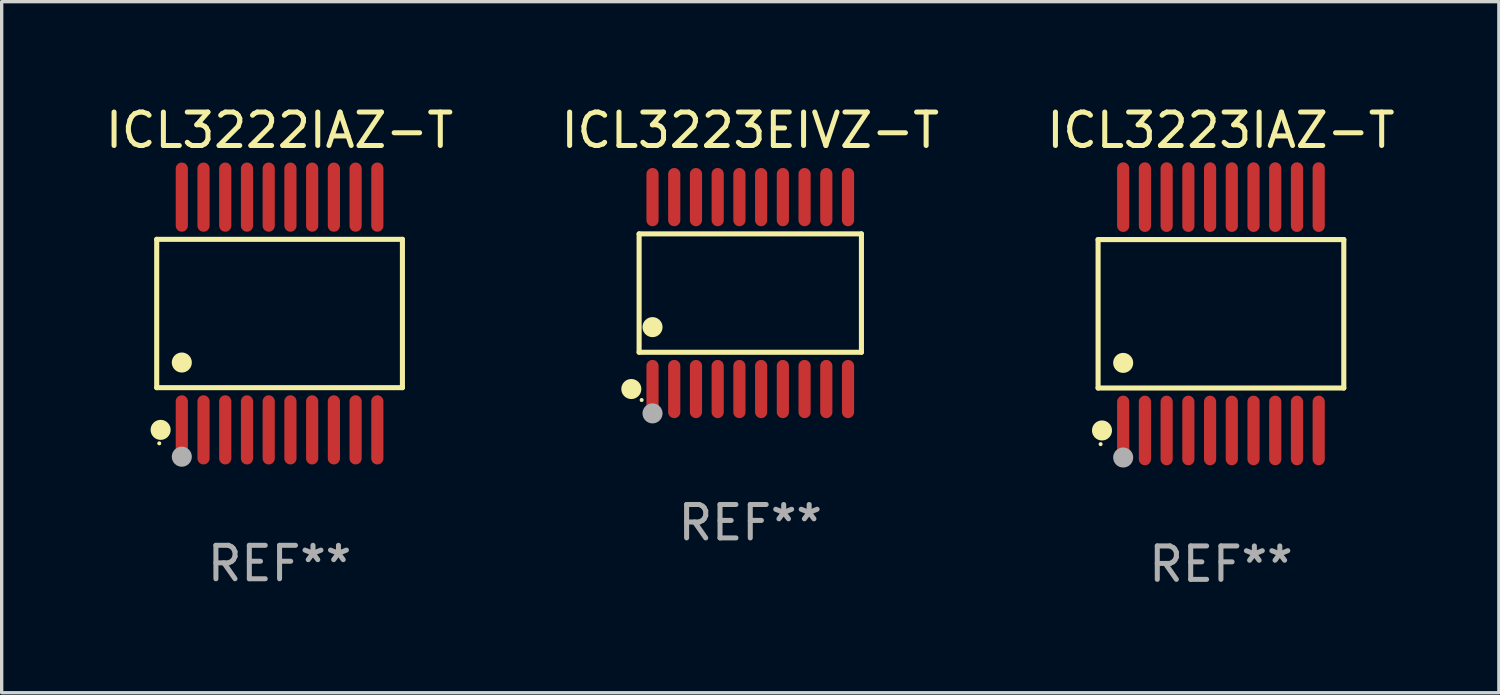
<source format=kicad_pcb>
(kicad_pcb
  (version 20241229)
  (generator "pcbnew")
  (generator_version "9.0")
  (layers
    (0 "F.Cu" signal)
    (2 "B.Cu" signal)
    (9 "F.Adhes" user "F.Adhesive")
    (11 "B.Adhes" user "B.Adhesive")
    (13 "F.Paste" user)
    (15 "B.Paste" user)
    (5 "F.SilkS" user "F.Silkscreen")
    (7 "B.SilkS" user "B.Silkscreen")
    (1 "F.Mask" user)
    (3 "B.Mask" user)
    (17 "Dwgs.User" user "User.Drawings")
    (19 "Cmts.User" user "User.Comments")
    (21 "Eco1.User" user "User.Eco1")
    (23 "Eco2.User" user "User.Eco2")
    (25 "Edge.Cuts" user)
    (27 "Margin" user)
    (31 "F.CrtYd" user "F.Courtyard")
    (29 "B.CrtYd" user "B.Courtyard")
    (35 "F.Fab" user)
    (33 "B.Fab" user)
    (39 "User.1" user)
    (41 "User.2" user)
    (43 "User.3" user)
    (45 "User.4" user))
  (footprint "ICL3222IAZ-T"
    (layer "F.Cu")
    (at 5.315 6.33)
    (property "Reference" "ICL3222IAZ-T" (at 0 -5.482 0) (layer "F.SilkS") (effects (font (size 1 1) (thickness 0.15))))
    (attr through_hole)
    (fp_line (start -3.676 -2.219) (end 3.676 -2.219) (stroke (width 0.152) (type solid)) (layer "F.SilkS"))
    (fp_line (start -3.676 2.219) (end -3.676 -2.219) (stroke (width 0.152) (type solid)) (layer "F.SilkS"))
    (fp_line (start 3.676 -2.219) (end 3.676 2.219) (stroke (width 0.152) (type solid)) (layer "F.SilkS"))
    (fp_line (start 3.676 2.219) (end -3.676 2.219) (stroke (width 0.152) (type solid)) (layer "F.SilkS"))
    (fp_circle (center -3.6 3.885) (end -3.57 3.885) (stroke (width 0.06) (type solid)) (fill no) (layer "F.SilkS"))
    (fp_circle (center -3.559 3.482) (end -3.409 3.482) (stroke (width 0.3) (type solid)) (fill no) (layer "F.SilkS"))
    (fp_circle (center -2.925 1.467) (end -2.775 1.467) (stroke (width 0.3) (type solid)) (fill no) (layer "F.SilkS"))
    (fp_circle (center -2.925 4.285) (end -2.775 4.285) (stroke (width 0.3) (type solid)) (fill no) (layer "F.Fab"))
    (fp_text user "REF**" (at 0 7.482 0) (layer "F.Fab") (effects (font (size 1 1) (thickness 0.15))))
    (pad "1" smd oval (at -2.925 3.482) (size 0.364 2.069) (layers "F.Cu" "F.Mask" "F.Paste"))
    (pad "2" smd oval (at -2.275 3.482) (size 0.364 2.069) (layers "F.Cu" "F.Mask" "F.Paste"))
    (pad "3" smd oval (at -1.625 3.482) (size 0.364 2.069) (layers "F.Cu" "F.Mask" "F.Paste"))
    (pad "4" smd oval (at -0.975 3.482) (size 0.364 2.069) (layers "F.Cu" "F.Mask" "F.Paste"))
    (pad "5" smd oval (at -0.325 3.482) (size 0.364 2.069) (layers "F.Cu" "F.Mask" "F.Paste"))
    (pad "6" smd oval (at 0.325 3.482) (size 0.364 2.069) (layers "F.Cu" "F.Mask" "F.Paste"))
    (pad "7" smd oval (at 0.975 3.482) (size 0.364 2.069) (layers "F.Cu" "F.Mask" "F.Paste"))
    (pad "8" smd oval (at 1.625 3.482) (size 0.364 2.069) (layers "F.Cu" "F.Mask" "F.Paste"))
    (pad "9" smd oval (at 2.275 3.482) (size 0.364 2.069) (layers "F.Cu" "F.Mask" "F.Paste"))
    (pad "10" smd oval (at 2.925 3.482) (size 0.364 2.069) (layers "F.Cu" "F.Mask" "F.Paste"))
    (pad "11" smd oval (at 2.925 -3.482) (size 0.364 2.069) (layers "F.Cu" "F.Mask" "F.Paste"))
    (pad "12" smd oval (at 2.275 -3.482) (size 0.364 2.069) (layers "F.Cu" "F.Mask" "F.Paste"))
    (pad "13" smd oval (at 1.625 -3.482) (size 0.364 2.069) (layers "F.Cu" "F.Mask" "F.Paste"))
    (pad "14" smd oval (at 0.975 -3.482) (size 0.364 2.069) (layers "F.Cu" "F.Mask" "F.Paste"))
    (pad "15" smd oval (at 0.325 -3.482) (size 0.364 2.069) (layers "F.Cu" "F.Mask" "F.Paste"))
    (pad "16" smd oval (at -0.325 -3.482) (size 0.364 2.069) (layers "F.Cu" "F.Mask" "F.Paste"))
    (pad "17" smd oval (at -0.975 -3.482) (size 0.364 2.069) (layers "F.Cu" "F.Mask" "F.Paste"))
    (pad "18" smd oval (at -1.625 -3.482) (size 0.364 2.069) (layers "F.Cu" "F.Mask" "F.Paste"))
    (pad "19" smd oval (at -2.275 -3.482) (size 0.364 2.069) (layers "F.Cu" "F.Mask" "F.Paste"))
    (pad "20" smd oval (at -2.925 -3.482) (size 0.364 2.069) (layers "F.Cu" "F.Mask" "F.Paste")))
  (footprint "ICL3223EIVZ-T"
    (layer "F.Cu")
    (at 19.399 5.719)
    (property "Reference" "ICL3223EIVZ-T" (at 0 -4.871 0) (layer "F.SilkS") (effects (font (size 1 1) (thickness 0.15))))
    (attr through_hole)
    (fp_line (start -3.326 -1.771) (end 3.326 -1.771) (stroke (width 0.152) (type solid)) (layer "F.SilkS"))
    (fp_line (start -3.326 1.771) (end -3.326 -1.771) (stroke (width 0.152) (type solid)) (layer "F.SilkS"))
    (fp_line (start 3.326 -1.771) (end 3.326 1.771) (stroke (width 0.152) (type solid)) (layer "F.SilkS"))
    (fp_line (start 3.326 1.771) (end -3.326 1.771) (stroke (width 0.152) (type solid)) (layer "F.SilkS"))
    (fp_circle (center -3.559 2.871) (end -3.409 2.871) (stroke (width 0.3) (type solid)) (fill no) (layer "F.SilkS"))
    (fp_circle (center -3.25 3.2) (end -3.22 3.2) (stroke (width 0.06) (type solid)) (fill no) (layer "F.SilkS"))
    (fp_circle (center -2.925 1.019) (end -2.775 1.019) (stroke (width 0.3) (type solid)) (fill no) (layer "F.SilkS"))
    (fp_circle (center -2.925 3.6) (end -2.775 3.6) (stroke (width 0.3) (type solid)) (fill no) (layer "F.Fab"))
    (fp_text user "REF**" (at 0 6.871 0) (layer "F.Fab") (effects (font (size 1 1) (thickness 0.15))))
    (pad "1" smd oval (at -2.925 2.871) (size 0.364 1.742) (layers "F.Cu" "F.Mask" "F.Paste"))
    (pad "2" smd oval (at -2.275 2.871) (size 0.364 1.742) (layers "F.Cu" "F.Mask" "F.Paste"))
    (pad "3" smd oval (at -1.625 2.871) (size 0.364 1.742) (layers "F.Cu" "F.Mask" "F.Paste"))
    (pad "4" smd oval (at -0.975 2.871) (size 0.364 1.742) (layers "F.Cu" "F.Mask" "F.Paste"))
    (pad "5" smd oval (at -0.325 2.871) (size 0.364 1.742) (layers "F.Cu" "F.Mask" "F.Paste"))
    (pad "6" smd oval (at 0.325 2.871) (size 0.364 1.742) (layers "F.Cu" "F.Mask" "F.Paste"))
    (pad "7" smd oval (at 0.975 2.871) (size 0.364 1.742) (layers "F.Cu" "F.Mask" "F.Paste"))
    (pad "8" smd oval (at 1.625 2.871) (size 0.364 1.742) (layers "F.Cu" "F.Mask" "F.Paste"))
    (pad "9" smd oval (at 2.275 2.871) (size 0.364 1.742) (layers "F.Cu" "F.Mask" "F.Paste"))
    (pad "10" smd oval (at 2.925 2.871) (size 0.364 1.742) (layers "F.Cu" "F.Mask" "F.Paste"))
    (pad "11" smd oval (at 2.925 -2.871) (size 0.364 1.742) (layers "F.Cu" "F.Mask" "F.Paste"))
    (pad "12" smd oval (at 2.275 -2.871) (size 0.364 1.742) (layers "F.Cu" "F.Mask" "F.Paste"))
    (pad "13" smd oval (at 1.625 -2.871) (size 0.364 1.742) (layers "F.Cu" "F.Mask" "F.Paste"))
    (pad "14" smd oval (at 0.975 -2.871) (size 0.364 1.742) (layers "F.Cu" "F.Mask" "F.Paste"))
    (pad "15" smd oval (at 0.325 -2.871) (size 0.364 1.742) (layers "F.Cu" "F.Mask" "F.Paste"))
    (pad "16" smd oval (at -0.325 -2.871) (size 0.364 1.742) (layers "F.Cu" "F.Mask" "F.Paste"))
    (pad "17" smd oval (at -0.975 -2.871) (size 0.364 1.742) (layers "F.Cu" "F.Mask" "F.Paste"))
    (pad "18" smd oval (at -1.625 -2.871) (size 0.364 1.742) (layers "F.Cu" "F.Mask" "F.Paste"))
    (pad "19" smd oval (at -2.275 -2.871) (size 0.364 1.742) (layers "F.Cu" "F.Mask" "F.Paste"))
    (pad "20" smd oval (at -2.925 -2.871) (size 0.364 1.742) (layers "F.Cu" "F.Mask" "F.Paste")))
  (footprint "ICL3223IAZ-T"
    (layer "F.Cu")
    (at 33.482 6.339)
    (property "Reference" "ICL3223IAZ-T" (at 0 -5.491 0) (layer "F.SilkS") (effects (font (size 1 1) (thickness 0.15))))
    (attr through_hole)
    (fp_line (start -3.676 -2.221) (end 3.676 -2.221) (stroke (width 0.152) (type solid)) (layer "F.SilkS"))
    (fp_line (start -3.676 2.221) (end -3.676 -2.221) (stroke (width 0.152) (type solid)) (layer "F.SilkS"))
    (fp_line (start 3.676 -2.221) (end 3.676 2.221) (stroke (width 0.152) (type solid)) (layer "F.SilkS"))
    (fp_line (start 3.676 2.221) (end -3.676 2.221) (stroke (width 0.152) (type solid)) (layer "F.SilkS"))
    (fp_circle (center -3.6 3.9) (end -3.57 3.9) (stroke (width 0.06) (type solid)) (fill no) (layer "F.SilkS"))
    (fp_circle (center -3.559 3.491) (end -3.409 3.491) (stroke (width 0.3) (type solid)) (fill no) (layer "F.SilkS"))
    (fp_circle (center -2.925 1.469) (end -2.775 1.469) (stroke (width 0.3) (type solid)) (fill no) (layer "F.SilkS"))
    (fp_circle (center -2.925 4.3) (end -2.775 4.3) (stroke (width 0.3) (type solid)) (fill no) (layer "F.Fab"))
    (fp_text user "REF**" (at 0 7.491 0) (layer "F.Fab") (effects (font (size 1 1) (thickness 0.15))))
    (pad "1" smd oval (at -2.925 3.491) (size 0.364 2.082) (layers "F.Cu" "F.Mask" "F.Paste"))
    (pad "2" smd oval (at -2.275 3.491) (size 0.364 2.082) (layers "F.Cu" "F.Mask" "F.Paste"))
    (pad "3" smd oval (at -1.625 3.491) (size 0.364 2.082) (layers "F.Cu" "F.Mask" "F.Paste"))
    (pad "4" smd oval (at -0.975 3.491) (size 0.364 2.082) (layers "F.Cu" "F.Mask" "F.Paste"))
    (pad "5" smd oval (at -0.325 3.491) (size 0.364 2.082) (layers "F.Cu" "F.Mask" "F.Paste"))
    (pad "6" smd oval (at 0.325 3.491) (size 0.364 2.082) (layers "F.Cu" "F.Mask" "F.Paste"))
    (pad "7" smd oval (at 0.975 3.491) (size 0.364 2.082) (layers "F.Cu" "F.Mask" "F.Paste"))
    (pad "8" smd oval (at 1.625 3.491) (size 0.364 2.082) (layers "F.Cu" "F.Mask" "F.Paste"))
    (pad "9" smd oval (at 2.275 3.491) (size 0.364 2.082) (layers "F.Cu" "F.Mask" "F.Paste"))
    (pad "10" smd oval (at 2.925 3.491) (size 0.364 2.082) (layers "F.Cu" "F.Mask" "F.Paste"))
    (pad "11" smd oval (at 2.925 -3.491) (size 0.364 2.082) (layers "F.Cu" "F.Mask" "F.Paste"))
    (pad "12" smd oval (at 2.275 -3.491) (size 0.364 2.082) (layers "F.Cu" "F.Mask" "F.Paste"))
    (pad "13" smd oval (at 1.625 -3.491) (size 0.364 2.082) (layers "F.Cu" "F.Mask" "F.Paste"))
    (pad "14" smd oval (at 0.975 -3.491) (size 0.364 2.082) (layers "F.Cu" "F.Mask" "F.Paste"))
    (pad "15" smd oval (at 0.325 -3.491) (size 0.364 2.082) (layers "F.Cu" "F.Mask" "F.Paste"))
    (pad "16" smd oval (at -0.325 -3.491) (size 0.364 2.082) (layers "F.Cu" "F.Mask" "F.Paste"))
    (pad "17" smd oval (at -0.975 -3.491) (size 0.364 2.082) (layers "F.Cu" "F.Mask" "F.Paste"))
    (pad "18" smd oval (at -1.625 -3.491) (size 0.364 2.082) (layers "F.Cu" "F.Mask" "F.Paste"))
    (pad "19" smd oval (at -2.275 -3.491) (size 0.364 2.082) (layers "F.Cu" "F.Mask" "F.Paste"))
    (pad "20" smd oval (at -2.925 -3.491) (size 0.364 2.082) (layers "F.Cu" "F.Mask" "F.Paste")))
  (gr_rect
    (start -3 -3)
    (end 41.798 17.678)
    (stroke (width 0.1) (type default))
    (fill no)
    (layer "Edge.Cuts")))
</source>
